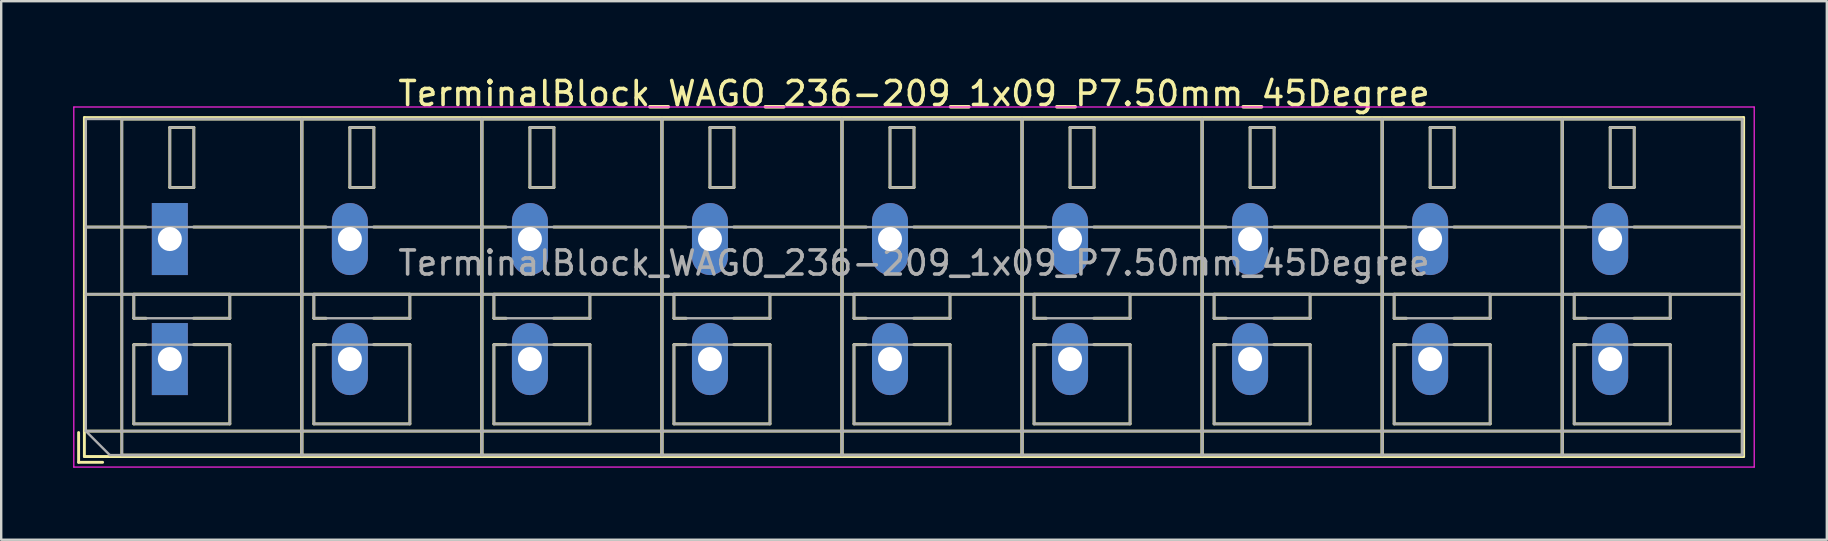
<source format=kicad_pcb>
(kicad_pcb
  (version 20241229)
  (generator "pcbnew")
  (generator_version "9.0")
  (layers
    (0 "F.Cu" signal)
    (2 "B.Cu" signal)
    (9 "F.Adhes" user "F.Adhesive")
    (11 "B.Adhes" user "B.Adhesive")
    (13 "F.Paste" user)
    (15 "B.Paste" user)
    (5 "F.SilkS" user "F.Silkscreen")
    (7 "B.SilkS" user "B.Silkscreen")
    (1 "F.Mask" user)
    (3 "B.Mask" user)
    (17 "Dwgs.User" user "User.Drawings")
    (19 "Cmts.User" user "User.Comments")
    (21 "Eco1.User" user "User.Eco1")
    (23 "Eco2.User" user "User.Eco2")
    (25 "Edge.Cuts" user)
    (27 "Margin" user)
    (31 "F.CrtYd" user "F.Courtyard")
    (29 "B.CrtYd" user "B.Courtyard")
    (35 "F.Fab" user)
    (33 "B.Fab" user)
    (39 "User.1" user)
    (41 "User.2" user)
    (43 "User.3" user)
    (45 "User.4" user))
  (footprint "TerminalBlock_WAGO_236-209_1x09_P7.50mm_45Degree"
    (layer "F.Cu")
    (at 4.025 11.908)
    (property "Reference" "TerminalBlock_WAGO_236-209_1x09_P7.50mm_45Degree" (at 31 -11.06 0) (layer "F.SilkS") (effects (font (size 1 1) (thickness 0.15))))
    (attr through_hole)
    (fp_line (start -3.8 3.06) (end -3.8 4.3) (stroke (width 0.12) (type solid)) (layer "F.SilkS"))
    (fp_line (start -3.8 4.3) (end -2.8 4.3) (stroke (width 0.12) (type solid)) (layer "F.SilkS"))
    (fp_line (start -3.56 -10.06) (end -3.56 4.06) (stroke (width 0.12) (type solid)) (layer "F.SilkS"))
    (fp_line (start -3.56 -10.06) (end 65.56 -10.06) (stroke (width 0.12) (type solid)) (layer "F.SilkS"))
    (fp_line (start -3.56 -5.5) (end -0.99 -5.5) (stroke (width 0.12) (type solid)) (layer "F.SilkS"))
    (fp_line (start -3.56 -2.7) (end 65.56 -2.7) (stroke (width 0.12) (type solid)) (layer "F.SilkS"))
    (fp_line (start -3.56 3) (end 65.56 3) (stroke (width 0.12) (type solid)) (layer "F.SilkS"))
    (fp_line (start -3.56 4.06) (end 65.56 4.06) (stroke (width 0.12) (type solid)) (layer "F.SilkS"))
    (fp_line (start -2 -10) (end -2 4) (stroke (width 0.12) (type solid)) (layer "F.SilkS"))
    (fp_line (start -2 -10) (end 5.5 -10) (stroke (width 0.12) (type solid)) (layer "F.SilkS"))
    (fp_line (start -2 4) (end 5.5 4) (stroke (width 0.12) (type solid)) (layer "F.SilkS"))
    (fp_line (start -1.5 -2.7) (end -1.5 -1.701) (stroke (width 0.12) (type solid)) (layer "F.SilkS"))
    (fp_line (start -1.5 -2.7) (end 2.5 -2.7) (stroke (width 0.12) (type solid)) (layer "F.SilkS"))
    (fp_line (start -1.5 -1.701) (end -0.99 -1.701) (stroke (width 0.12) (type solid)) (layer "F.SilkS"))
    (fp_line (start -1.5 -0.6) (end -1.5 2.7) (stroke (width 0.12) (type solid)) (layer "F.SilkS"))
    (fp_line (start -1.5 -0.6) (end -0.99 -0.6) (stroke (width 0.12) (type solid)) (layer "F.SilkS"))
    (fp_line (start -1.5 2.7) (end 2.5 2.7) (stroke (width 0.12) (type solid)) (layer "F.SilkS"))
    (fp_line (start 0 -9.65) (end 0 -7.15) (stroke (width 0.12) (type solid)) (layer "F.SilkS"))
    (fp_line (start 0 -9.65) (end 1 -9.65) (stroke (width 0.12) (type solid)) (layer "F.SilkS"))
    (fp_line (start 0 -7.15) (end 1 -7.15) (stroke (width 0.12) (type solid)) (layer "F.SilkS"))
    (fp_line (start 0.99 -5.5) (end 6.51 -5.5) (stroke (width 0.12) (type solid)) (layer "F.SilkS"))
    (fp_line (start 0.99 -1.701) (end 2.5 -1.701) (stroke (width 0.12) (type solid)) (layer "F.SilkS"))
    (fp_line (start 0.99 -0.6) (end 2.5 -0.6) (stroke (width 0.12) (type solid)) (layer "F.SilkS"))
    (fp_line (start 1 -9.65) (end 1 -7.15) (stroke (width 0.12) (type solid)) (layer "F.SilkS"))
    (fp_line (start 2.5 -2.7) (end 2.5 -1.701) (stroke (width 0.12) (type solid)) (layer "F.SilkS"))
    (fp_line (start 2.5 -0.6) (end 2.5 2.7) (stroke (width 0.12) (type solid)) (layer "F.SilkS"))
    (fp_line (start 5.5 -10) (end 5.5 4) (stroke (width 0.12) (type solid)) (layer "F.SilkS"))
    (fp_line (start 5.5 -10) (end 5.5 4) (stroke (width 0.12) (type solid)) (layer "F.SilkS"))
    (fp_line (start 5.5 -10) (end 13 -10) (stroke (width 0.12) (type solid)) (layer "F.SilkS"))
    (fp_line (start 5.5 4) (end 13 4) (stroke (width 0.12) (type solid)) (layer "F.SilkS"))
    (fp_line (start 6 -2.7) (end 6 -1.701) (stroke (width 0.12) (type solid)) (layer "F.SilkS"))
    (fp_line (start 6 -2.7) (end 10 -2.7) (stroke (width 0.12) (type solid)) (layer "F.SilkS"))
    (fp_line (start 6 -1.701) (end 6.51 -1.701) (stroke (width 0.12) (type solid)) (layer "F.SilkS"))
    (fp_line (start 6 -0.6) (end 6 2.7) (stroke (width 0.12) (type solid)) (layer "F.SilkS"))
    (fp_line (start 6 -0.6) (end 6.51 -0.6) (stroke (width 0.12) (type solid)) (layer "F.SilkS"))
    (fp_line (start 6 2.7) (end 10 2.7) (stroke (width 0.12) (type solid)) (layer "F.SilkS"))
    (fp_line (start 7.5 -9.65) (end 7.5 -7.15) (stroke (width 0.12) (type solid)) (layer "F.SilkS"))
    (fp_line (start 7.5 -9.65) (end 8.5 -9.65) (stroke (width 0.12) (type solid)) (layer "F.SilkS"))
    (fp_line (start 7.5 -7.15) (end 8.5 -7.15) (stroke (width 0.12) (type solid)) (layer "F.SilkS"))
    (fp_line (start 8.49 -5.5) (end 14.01 -5.5) (stroke (width 0.12) (type solid)) (layer "F.SilkS"))
    (fp_line (start 8.49 -1.701) (end 10 -1.701) (stroke (width 0.12) (type solid)) (layer "F.SilkS"))
    (fp_line (start 8.49 -0.6) (end 10 -0.6) (stroke (width 0.12) (type solid)) (layer "F.SilkS"))
    (fp_line (start 8.5 -9.65) (end 8.5 -7.15) (stroke (width 0.12) (type solid)) (layer "F.SilkS"))
    (fp_line (start 10 -2.7) (end 10 -1.701) (stroke (width 0.12) (type solid)) (layer "F.SilkS"))
    (fp_line (start 10 -0.6) (end 10 2.7) (stroke (width 0.12) (type solid)) (layer "F.SilkS"))
    (fp_line (start 13 -10) (end 13 4) (stroke (width 0.12) (type solid)) (layer "F.SilkS"))
    (fp_line (start 13 -10) (end 13 4) (stroke (width 0.12) (type solid)) (layer "F.SilkS"))
    (fp_line (start 13 -10) (end 20.5 -10) (stroke (width 0.12) (type solid)) (layer "F.SilkS"))
    (fp_line (start 13 4) (end 20.5 4) (stroke (width 0.12) (type solid)) (layer "F.SilkS"))
    (fp_line (start 13.5 -2.7) (end 13.5 -1.701) (stroke (width 0.12) (type solid)) (layer "F.SilkS"))
    (fp_line (start 13.5 -2.7) (end 17.5 -2.7) (stroke (width 0.12) (type solid)) (layer "F.SilkS"))
    (fp_line (start 13.5 -1.701) (end 14.01 -1.701) (stroke (width 0.12) (type solid)) (layer "F.SilkS"))
    (fp_line (start 13.5 -0.6) (end 13.5 2.7) (stroke (width 0.12) (type solid)) (layer "F.SilkS"))
    (fp_line (start 13.5 -0.6) (end 14.01 -0.6) (stroke (width 0.12) (type solid)) (layer "F.SilkS"))
    (fp_line (start 13.5 2.7) (end 17.5 2.7) (stroke (width 0.12) (type solid)) (layer "F.SilkS"))
    (fp_line (start 15 -9.65) (end 15 -7.15) (stroke (width 0.12) (type solid)) (layer "F.SilkS"))
    (fp_line (start 15 -9.65) (end 16 -9.65) (stroke (width 0.12) (type solid)) (layer "F.SilkS"))
    (fp_line (start 15 -7.15) (end 16 -7.15) (stroke (width 0.12) (type solid)) (layer "F.SilkS"))
    (fp_line (start 15.99 -5.5) (end 21.51 -5.5) (stroke (width 0.12) (type solid)) (layer "F.SilkS"))
    (fp_line (start 15.99 -1.701) (end 17.5 -1.701) (stroke (width 0.12) (type solid)) (layer "F.SilkS"))
    (fp_line (start 15.99 -0.6) (end 17.5 -0.6) (stroke (width 0.12) (type solid)) (layer "F.SilkS"))
    (fp_line (start 16 -9.65) (end 16 -7.15) (stroke (width 0.12) (type solid)) (layer "F.SilkS"))
    (fp_line (start 17.5 -2.7) (end 17.5 -1.701) (stroke (width 0.12) (type solid)) (layer "F.SilkS"))
    (fp_line (start 17.5 -0.6) (end 17.5 2.7) (stroke (width 0.12) (type solid)) (layer "F.SilkS"))
    (fp_line (start 20.5 -10) (end 20.5 4) (stroke (width 0.12) (type solid)) (layer "F.SilkS"))
    (fp_line (start 20.5 -10) (end 20.5 4) (stroke (width 0.12) (type solid)) (layer "F.SilkS"))
    (fp_line (start 20.5 -10) (end 28 -10) (stroke (width 0.12) (type solid)) (layer "F.SilkS"))
    (fp_line (start 20.5 4) (end 28 4) (stroke (width 0.12) (type solid)) (layer "F.SilkS"))
    (fp_line (start 21 -2.7) (end 21 -1.701) (stroke (width 0.12) (type solid)) (layer "F.SilkS"))
    (fp_line (start 21 -2.7) (end 25 -2.7) (stroke (width 0.12) (type solid)) (layer "F.SilkS"))
    (fp_line (start 21 -1.701) (end 21.51 -1.701) (stroke (width 0.12) (type solid)) (layer "F.SilkS"))
    (fp_line (start 21 -0.6) (end 21 2.7) (stroke (width 0.12) (type solid)) (layer "F.SilkS"))
    (fp_line (start 21 -0.6) (end 21.51 -0.6) (stroke (width 0.12) (type solid)) (layer "F.SilkS"))
    (fp_line (start 21 2.7) (end 25 2.7) (stroke (width 0.12) (type solid)) (layer "F.SilkS"))
    (fp_line (start 22.5 -9.65) (end 22.5 -7.15) (stroke (width 0.12) (type solid)) (layer "F.SilkS"))
    (fp_line (start 22.5 -9.65) (end 23.5 -9.65) (stroke (width 0.12) (type solid)) (layer "F.SilkS"))
    (fp_line (start 22.5 -7.15) (end 23.5 -7.15) (stroke (width 0.12) (type solid)) (layer "F.SilkS"))
    (fp_line (start 23.49 -5.5) (end 29.01 -5.5) (stroke (width 0.12) (type solid)) (layer "F.SilkS"))
    (fp_line (start 23.49 -1.701) (end 25 -1.701) (stroke (width 0.12) (type solid)) (layer "F.SilkS"))
    (fp_line (start 23.49 -0.6) (end 25 -0.6) (stroke (width 0.12) (type solid)) (layer "F.SilkS"))
    (fp_line (start 23.5 -9.65) (end 23.5 -7.15) (stroke (width 0.12) (type solid)) (layer "F.SilkS"))
    (fp_line (start 25 -2.7) (end 25 -1.701) (stroke (width 0.12) (type solid)) (layer "F.SilkS"))
    (fp_line (start 25 -0.6) (end 25 2.7) (stroke (width 0.12) (type solid)) (layer "F.SilkS"))
    (fp_line (start 28 -10) (end 28 4) (stroke (width 0.12) (type solid)) (layer "F.SilkS"))
    (fp_line (start 28 -10) (end 28 4) (stroke (width 0.12) (type solid)) (layer "F.SilkS"))
    (fp_line (start 28 -10) (end 35.5 -10) (stroke (width 0.12) (type solid)) (layer "F.SilkS"))
    (fp_line (start 28 4) (end 35.5 4) (stroke (width 0.12) (type solid)) (layer "F.SilkS"))
    (fp_line (start 28.5 -2.7) (end 28.5 -1.701) (stroke (width 0.12) (type solid)) (layer "F.SilkS"))
    (fp_line (start 28.5 -2.7) (end 32.5 -2.7) (stroke (width 0.12) (type solid)) (layer "F.SilkS"))
    (fp_line (start 28.5 -1.701) (end 29.01 -1.701) (stroke (width 0.12) (type solid)) (layer "F.SilkS"))
    (fp_line (start 28.5 -0.6) (end 28.5 2.7) (stroke (width 0.12) (type solid)) (layer "F.SilkS"))
    (fp_line (start 28.5 -0.6) (end 29.01 -0.6) (stroke (width 0.12) (type solid)) (layer "F.SilkS"))
    (fp_line (start 28.5 2.7) (end 32.5 2.7) (stroke (width 0.12) (type solid)) (layer "F.SilkS"))
    (fp_line (start 30 -9.65) (end 30 -7.15) (stroke (width 0.12) (type solid)) (layer "F.SilkS"))
    (fp_line (start 30 -9.65) (end 31 -9.65) (stroke (width 0.12) (type solid)) (layer "F.SilkS"))
    (fp_line (start 30 -7.15) (end 31 -7.15) (stroke (width 0.12) (type solid)) (layer "F.SilkS"))
    (fp_line (start 30.99 -5.5) (end 36.51 -5.5) (stroke (width 0.12) (type solid)) (layer "F.SilkS"))
    (fp_line (start 30.99 -1.701) (end 32.5 -1.701) (stroke (width 0.12) (type solid)) (layer "F.SilkS"))
    (fp_line (start 30.99 -0.6) (end 32.5 -0.6) (stroke (width 0.12) (type solid)) (layer "F.SilkS"))
    (fp_line (start 31 -9.65) (end 31 -7.15) (stroke (width 0.12) (type solid)) (layer "F.SilkS"))
    (fp_line (start 32.5 -2.7) (end 32.5 -1.701) (stroke (width 0.12) (type solid)) (layer "F.SilkS"))
    (fp_line (start 32.5 -0.6) (end 32.5 2.7) (stroke (width 0.12) (type solid)) (layer "F.SilkS"))
    (fp_line (start 35.5 -10) (end 35.5 4) (stroke (width 0.12) (type solid)) (layer "F.SilkS"))
    (fp_line (start 35.5 -10) (end 35.5 4) (stroke (width 0.12) (type solid)) (layer "F.SilkS"))
    (fp_line (start 35.5 -10) (end 43 -10) (stroke (width 0.12) (type solid)) (layer "F.SilkS"))
    (fp_line (start 35.5 4) (end 43 4) (stroke (width 0.12) (type solid)) (layer "F.SilkS"))
    (fp_line (start 36 -2.7) (end 36 -1.701) (stroke (width 0.12) (type solid)) (layer "F.SilkS"))
    (fp_line (start 36 -2.7) (end 40 -2.7) (stroke (width 0.12) (type solid)) (layer "F.SilkS"))
    (fp_line (start 36 -1.701) (end 36.51 -1.701) (stroke (width 0.12) (type solid)) (layer "F.SilkS"))
    (fp_line (start 36 -0.6) (end 36 2.7) (stroke (width 0.12) (type solid)) (layer "F.SilkS"))
    (fp_line (start 36 -0.6) (end 36.51 -0.6) (stroke (width 0.12) (type solid)) (layer "F.SilkS"))
    (fp_line (start 36 2.7) (end 40 2.7) (stroke (width 0.12) (type solid)) (layer "F.SilkS"))
    (fp_line (start 37.5 -9.65) (end 37.5 -7.15) (stroke (width 0.12) (type solid)) (layer "F.SilkS"))
    (fp_line (start 37.5 -9.65) (end 38.5 -9.65) (stroke (width 0.12) (type solid)) (layer "F.SilkS"))
    (fp_line (start 37.5 -7.15) (end 38.5 -7.15) (stroke (width 0.12) (type solid)) (layer "F.SilkS"))
    (fp_line (start 38.49 -5.5) (end 44.01 -5.5) (stroke (width 0.12) (type solid)) (layer "F.SilkS"))
    (fp_line (start 38.49 -1.701) (end 40 -1.701) (stroke (width 0.12) (type solid)) (layer "F.SilkS"))
    (fp_line (start 38.49 -0.6) (end 40 -0.6) (stroke (width 0.12) (type solid)) (layer "F.SilkS"))
    (fp_line (start 38.5 -9.65) (end 38.5 -7.15) (stroke (width 0.12) (type solid)) (layer "F.SilkS"))
    (fp_line (start 40 -2.7) (end 40 -1.701) (stroke (width 0.12) (type solid)) (layer "F.SilkS"))
    (fp_line (start 40 -0.6) (end 40 2.7) (stroke (width 0.12) (type solid)) (layer "F.SilkS"))
    (fp_line (start 43 -10) (end 43 4) (stroke (width 0.12) (type solid)) (layer "F.SilkS"))
    (fp_line (start 43 -10) (end 43 4) (stroke (width 0.12) (type solid)) (layer "F.SilkS"))
    (fp_line (start 43 -10) (end 50.5 -10) (stroke (width 0.12) (type solid)) (layer "F.SilkS"))
    (fp_line (start 43 4) (end 50.5 4) (stroke (width 0.12) (type solid)) (layer "F.SilkS"))
    (fp_line (start 43.5 -2.7) (end 43.5 -1.701) (stroke (width 0.12) (type solid)) (layer "F.SilkS"))
    (fp_line (start 43.5 -2.7) (end 47.5 -2.7) (stroke (width 0.12) (type solid)) (layer "F.SilkS"))
    (fp_line (start 43.5 -1.701) (end 44.01 -1.701) (stroke (width 0.12) (type solid)) (layer "F.SilkS"))
    (fp_line (start 43.5 -0.6) (end 43.5 2.7) (stroke (width 0.12) (type solid)) (layer "F.SilkS"))
    (fp_line (start 43.5 -0.6) (end 44.01 -0.6) (stroke (width 0.12) (type solid)) (layer "F.SilkS"))
    (fp_line (start 43.5 2.7) (end 47.5 2.7) (stroke (width 0.12) (type solid)) (layer "F.SilkS"))
    (fp_line (start 45 -9.65) (end 45 -7.15) (stroke (width 0.12) (type solid)) (layer "F.SilkS"))
    (fp_line (start 45 -9.65) (end 46 -9.65) (stroke (width 0.12) (type solid)) (layer "F.SilkS"))
    (fp_line (start 45 -7.15) (end 46 -7.15) (stroke (width 0.12) (type solid)) (layer "F.SilkS"))
    (fp_line (start 45.99 -5.5) (end 51.51 -5.5) (stroke (width 0.12) (type solid)) (layer "F.SilkS"))
    (fp_line (start 45.99 -1.701) (end 47.5 -1.701) (stroke (width 0.12) (type solid)) (layer "F.SilkS"))
    (fp_line (start 45.99 -0.6) (end 47.5 -0.6) (stroke (width 0.12) (type solid)) (layer "F.SilkS"))
    (fp_line (start 46 -9.65) (end 46 -7.15) (stroke (width 0.12) (type solid)) (layer "F.SilkS"))
    (fp_line (start 47.5 -2.7) (end 47.5 -1.701) (stroke (width 0.12) (type solid)) (layer "F.SilkS"))
    (fp_line (start 47.5 -0.6) (end 47.5 2.7) (stroke (width 0.12) (type solid)) (layer "F.SilkS"))
    (fp_line (start 50.5 -10) (end 50.5 4) (stroke (width 0.12) (type solid)) (layer "F.SilkS"))
    (fp_line (start 50.5 -10) (end 50.5 4) (stroke (width 0.12) (type solid)) (layer "F.SilkS"))
    (fp_line (start 50.5 -10) (end 58 -10) (stroke (width 0.12) (type solid)) (layer "F.SilkS"))
    (fp_line (start 50.5 4) (end 58 4) (stroke (width 0.12) (type solid)) (layer "F.SilkS"))
    (fp_line (start 51 -2.7) (end 51 -1.701) (stroke (width 0.12) (type solid)) (layer "F.SilkS"))
    (fp_line (start 51 -2.7) (end 55 -2.7) (stroke (width 0.12) (type solid)) (layer "F.SilkS"))
    (fp_line (start 51 -1.701) (end 51.51 -1.701) (stroke (width 0.12) (type solid)) (layer "F.SilkS"))
    (fp_line (start 51 -0.6) (end 51 2.7) (stroke (width 0.12) (type solid)) (layer "F.SilkS"))
    (fp_line (start 51 -0.6) (end 51.51 -0.6) (stroke (width 0.12) (type solid)) (layer "F.SilkS"))
    (fp_line (start 51 2.7) (end 55 2.7) (stroke (width 0.12) (type solid)) (layer "F.SilkS"))
    (fp_line (start 52.5 -9.65) (end 52.5 -7.15) (stroke (width 0.12) (type solid)) (layer "F.SilkS"))
    (fp_line (start 52.5 -9.65) (end 53.5 -9.65) (stroke (width 0.12) (type solid)) (layer "F.SilkS"))
    (fp_line (start 52.5 -7.15) (end 53.5 -7.15) (stroke (width 0.12) (type solid)) (layer "F.SilkS"))
    (fp_line (start 53.49 -5.5) (end 59.01 -5.5) (stroke (width 0.12) (type solid)) (layer "F.SilkS"))
    (fp_line (start 53.49 -1.701) (end 55 -1.701) (stroke (width 0.12) (type solid)) (layer "F.SilkS"))
    (fp_line (start 53.49 -0.6) (end 55 -0.6) (stroke (width 0.12) (type solid)) (layer "F.SilkS"))
    (fp_line (start 53.5 -9.65) (end 53.5 -7.15) (stroke (width 0.12) (type solid)) (layer "F.SilkS"))
    (fp_line (start 55 -2.7) (end 55 -1.701) (stroke (width 0.12) (type solid)) (layer "F.SilkS"))
    (fp_line (start 55 -0.6) (end 55 2.7) (stroke (width 0.12) (type solid)) (layer "F.SilkS"))
    (fp_line (start 58 -10) (end 58 4) (stroke (width 0.12) (type solid)) (layer "F.SilkS"))
    (fp_line (start 58 -10) (end 58 4) (stroke (width 0.12) (type solid)) (layer "F.SilkS"))
    (fp_line (start 58 -10) (end 65.5 -10) (stroke (width 0.12) (type solid)) (layer "F.SilkS"))
    (fp_line (start 58 4) (end 65.5 4) (stroke (width 0.12) (type solid)) (layer "F.SilkS"))
    (fp_line (start 58.5 -2.7) (end 58.5 -1.701) (stroke (width 0.12) (type solid)) (layer "F.SilkS"))
    (fp_line (start 58.5 -2.7) (end 62.5 -2.7) (stroke (width 0.12) (type solid)) (layer "F.SilkS"))
    (fp_line (start 58.5 -1.701) (end 59.01 -1.701) (stroke (width 0.12) (type solid)) (layer "F.SilkS"))
    (fp_line (start 58.5 -0.6) (end 58.5 2.7) (stroke (width 0.12) (type solid)) (layer "F.SilkS"))
    (fp_line (start 58.5 -0.6) (end 59.01 -0.6) (stroke (width 0.12) (type solid)) (layer "F.SilkS"))
    (fp_line (start 58.5 2.7) (end 62.5 2.7) (stroke (width 0.12) (type solid)) (layer "F.SilkS"))
    (fp_line (start 60 -9.65) (end 60 -7.15) (stroke (width 0.12) (type solid)) (layer "F.SilkS"))
    (fp_line (start 60 -9.65) (end 61 -9.65) (stroke (width 0.12) (type solid)) (layer "F.SilkS"))
    (fp_line (start 60 -7.15) (end 61 -7.15) (stroke (width 0.12) (type solid)) (layer "F.SilkS"))
    (fp_line (start 60.99 -5.5) (end 65.56 -5.5) (stroke (width 0.12) (type solid)) (layer "F.SilkS"))
    (fp_line (start 60.99 -1.701) (end 62.5 -1.701) (stroke (width 0.12) (type solid)) (layer "F.SilkS"))
    (fp_line (start 60.99 -0.6) (end 62.5 -0.6) (stroke (width 0.12) (type solid)) (layer "F.SilkS"))
    (fp_line (start 61 -9.65) (end 61 -7.15) (stroke (width 0.12) (type solid)) (layer "F.SilkS"))
    (fp_line (start 62.5 -2.7) (end 62.5 -1.701) (stroke (width 0.12) (type solid)) (layer "F.SilkS"))
    (fp_line (start 62.5 -0.6) (end 62.5 2.7) (stroke (width 0.12) (type solid)) (layer "F.SilkS"))
    (fp_line (start 65.5 -10) (end 65.5 4) (stroke (width 0.12) (type solid)) (layer "F.SilkS"))
    (fp_line (start 65.56 -10.06) (end 65.56 4.06) (stroke (width 0.12) (type solid)) (layer "F.SilkS"))
    (fp_line (start -4 -10.5) (end -4 4.5) (stroke (width 0.05) (type solid)) (layer "F.CrtYd"))
    (fp_line (start -4 4.5) (end 66 4.5) (stroke (width 0.05) (type solid)) (layer "F.CrtYd"))
    (fp_line (start 66 -10.5) (end -4 -10.5) (stroke (width 0.05) (type solid)) (layer "F.CrtYd"))
    (fp_line (start 66 4.5) (end 66 -10.5) (stroke (width 0.05) (type solid)) (layer "F.CrtYd"))
    (fp_line (start -3.5 -10) (end 65.5 -10) (stroke (width 0.1) (type solid)) (layer "F.Fab"))
    (fp_line (start -3.5 -5.5) (end 65.5 -5.5) (stroke (width 0.1) (type solid)) (layer "F.Fab"))
    (fp_line (start -3.5 -2.7) (end 65.5 -2.7) (stroke (width 0.1) (type solid)) (layer "F.Fab"))
    (fp_line (start -3.5 3) (end -3.5 -10) (stroke (width 0.1) (type solid)) (layer "F.Fab"))
    (fp_line (start -3.5 3) (end 65.5 3) (stroke (width 0.1) (type solid)) (layer "F.Fab"))
    (fp_line (start -2.5 4) (end -3.5 3) (stroke (width 0.1) (type solid)) (layer "F.Fab"))
    (fp_line (start -2 -10) (end -2 4) (stroke (width 0.1) (type solid)) (layer "F.Fab"))
    (fp_line (start -2 4) (end 5.5 4) (stroke (width 0.1) (type solid)) (layer "F.Fab"))
    (fp_line (start -1.5 -2.7) (end -1.5 -1.7) (stroke (width 0.1) (type solid)) (layer "F.Fab"))
    (fp_line (start -1.5 -1.7) (end 2.5 -1.7) (stroke (width 0.1) (type solid)) (layer "F.Fab"))
    (fp_line (start -1.5 -0.6) (end -1.5 2.7) (stroke (width 0.1) (type solid)) (layer "F.Fab"))
    (fp_line (start -1.5 2.7) (end 2.5 2.7) (stroke (width 0.1) (type solid)) (layer "F.Fab"))
    (fp_line (start 0 -9.65) (end 0 -7.15) (stroke (width 0.1) (type solid)) (layer "F.Fab"))
    (fp_line (start 0 -7.15) (end 1 -7.15) (stroke (width 0.1) (type solid)) (layer "F.Fab"))
    (fp_line (start 1 -9.65) (end 0 -9.65) (stroke (width 0.1) (type solid)) (layer "F.Fab"))
    (fp_line (start 1 -7.15) (end 1 -9.65) (stroke (width 0.1) (type solid)) (layer "F.Fab"))
    (fp_line (start 2.5 -2.7) (end -1.5 -2.7) (stroke (width 0.1) (type solid)) (layer "F.Fab"))
    (fp_line (start 2.5 -1.7) (end 2.5 -2.7) (stroke (width 0.1) (type solid)) (layer "F.Fab"))
    (fp_line (start 2.5 -0.6) (end -1.5 -0.6) (stroke (width 0.1) (type solid)) (layer "F.Fab"))
    (fp_line (start 2.5 2.7) (end 2.5 -0.6) (stroke (width 0.1) (type solid)) (layer "F.Fab"))
    (fp_line (start 5.5 -10) (end -2 -10) (stroke (width 0.1) (type solid)) (layer "F.Fab"))
    (fp_line (start 5.5 -10) (end 5.5 4) (stroke (width 0.1) (type solid)) (layer "F.Fab"))
    (fp_line (start 5.5 4) (end 5.5 -10) (stroke (width 0.1) (type solid)) (layer "F.Fab"))
    (fp_line (start 5.5 4) (end 13 4) (stroke (width 0.1) (type solid)) (layer "F.Fab"))
    (fp_line (start 6 -2.7) (end 6 -1.7) (stroke (width 0.1) (type solid)) (layer "F.Fab"))
    (fp_line (start 6 -1.7) (end 10 -1.7) (stroke (width 0.1) (type solid)) (layer "F.Fab"))
    (fp_line (start 6 -0.6) (end 6 2.7) (stroke (width 0.1) (type solid)) (layer "F.Fab"))
    (fp_line (start 6 2.7) (end 10 2.7) (stroke (width 0.1) (type solid)) (layer "F.Fab"))
    (fp_line (start 7.5 -9.65) (end 7.5 -7.15) (stroke (width 0.1) (type solid)) (layer "F.Fab"))
    (fp_line (start 7.5 -7.15) (end 8.5 -7.15) (stroke (width 0.1) (type solid)) (layer "F.Fab"))
    (fp_line (start 8.5 -9.65) (end 7.5 -9.65) (stroke (width 0.1) (type solid)) (layer "F.Fab"))
    (fp_line (start 8.5 -7.15) (end 8.5 -9.65) (stroke (width 0.1) (type solid)) (layer "F.Fab"))
    (fp_line (start 10 -2.7) (end 6 -2.7) (stroke (width 0.1) (type solid)) (layer "F.Fab"))
    (fp_line (start 10 -1.7) (end 10 -2.7) (stroke (width 0.1) (type solid)) (layer "F.Fab"))
    (fp_line (start 10 -0.6) (end 6 -0.6) (stroke (width 0.1) (type solid)) (layer "F.Fab"))
    (fp_line (start 10 2.7) (end 10 -0.6) (stroke (width 0.1) (type solid)) (layer "F.Fab"))
    (fp_line (start 13 -10) (end 5.5 -10) (stroke (width 0.1) (type solid)) (layer "F.Fab"))
    (fp_line (start 13 -10) (end 13 4) (stroke (width 0.1) (type solid)) (layer "F.Fab"))
    (fp_line (start 13 4) (end 13 -10) (stroke (width 0.1) (type solid)) (layer "F.Fab"))
    (fp_line (start 13 4) (end 20.5 4) (stroke (width 0.1) (type solid)) (layer "F.Fab"))
    (fp_line (start 13.5 -2.7) (end 13.5 -1.7) (stroke (width 0.1) (type solid)) (layer "F.Fab"))
    (fp_line (start 13.5 -1.7) (end 17.5 -1.7) (stroke (width 0.1) (type solid)) (layer "F.Fab"))
    (fp_line (start 13.5 -0.6) (end 13.5 2.7) (stroke (width 0.1) (type solid)) (layer "F.Fab"))
    (fp_line (start 13.5 2.7) (end 17.5 2.7) (stroke (width 0.1) (type solid)) (layer "F.Fab"))
    (fp_line (start 15 -9.65) (end 15 -7.15) (stroke (width 0.1) (type solid)) (layer "F.Fab"))
    (fp_line (start 15 -7.15) (end 16 -7.15) (stroke (width 0.1) (type solid)) (layer "F.Fab"))
    (fp_line (start 16 -9.65) (end 15 -9.65) (stroke (width 0.1) (type solid)) (layer "F.Fab"))
    (fp_line (start 16 -7.15) (end 16 -9.65) (stroke (width 0.1) (type solid)) (layer "F.Fab"))
    (fp_line (start 17.5 -2.7) (end 13.5 -2.7) (stroke (width 0.1) (type solid)) (layer "F.Fab"))
    (fp_line (start 17.5 -1.7) (end 17.5 -2.7) (stroke (width 0.1) (type solid)) (layer "F.Fab"))
    (fp_line (start 17.5 -0.6) (end 13.5 -0.6) (stroke (width 0.1) (type solid)) (layer "F.Fab"))
    (fp_line (start 17.5 2.7) (end 17.5 -0.6) (stroke (width 0.1) (type solid)) (layer "F.Fab"))
    (fp_line (start 20.5 -10) (end 13 -10) (stroke (width 0.1) (type solid)) (layer "F.Fab"))
    (fp_line (start 20.5 -10) (end 20.5 4) (stroke (width 0.1) (type solid)) (layer "F.Fab"))
    (fp_line (start 20.5 4) (end 20.5 -10) (stroke (width 0.1) (type solid)) (layer "F.Fab"))
    (fp_line (start 20.5 4) (end 28 4) (stroke (width 0.1) (type solid)) (layer "F.Fab"))
    (fp_line (start 21 -2.7) (end 21 -1.7) (stroke (width 0.1) (type solid)) (layer "F.Fab"))
    (fp_line (start 21 -1.7) (end 25 -1.7) (stroke (width 0.1) (type solid)) (layer "F.Fab"))
    (fp_line (start 21 -0.6) (end 21 2.7) (stroke (width 0.1) (type solid)) (layer "F.Fab"))
    (fp_line (start 21 2.7) (end 25 2.7) (stroke (width 0.1) (type solid)) (layer "F.Fab"))
    (fp_line (start 22.5 -9.65) (end 22.5 -7.15) (stroke (width 0.1) (type solid)) (layer "F.Fab"))
    (fp_line (start 22.5 -7.15) (end 23.5 -7.15) (stroke (width 0.1) (type solid)) (layer "F.Fab"))
    (fp_line (start 23.5 -9.65) (end 22.5 -9.65) (stroke (width 0.1) (type solid)) (layer "F.Fab"))
    (fp_line (start 23.5 -7.15) (end 23.5 -9.65) (stroke (width 0.1) (type solid)) (layer "F.Fab"))
    (fp_line (start 25 -2.7) (end 21 -2.7) (stroke (width 0.1) (type solid)) (layer "F.Fab"))
    (fp_line (start 25 -1.7) (end 25 -2.7) (stroke (width 0.1) (type solid)) (layer "F.Fab"))
    (fp_line (start 25 -0.6) (end 21 -0.6) (stroke (width 0.1) (type solid)) (layer "F.Fab"))
    (fp_line (start 25 2.7) (end 25 -0.6) (stroke (width 0.1) (type solid)) (layer "F.Fab"))
    (fp_line (start 28 -10) (end 20.5 -10) (stroke (width 0.1) (type solid)) (layer "F.Fab"))
    (fp_line (start 28 -10) (end 28 4) (stroke (width 0.1) (type solid)) (layer "F.Fab"))
    (fp_line (start 28 4) (end 28 -10) (stroke (width 0.1) (type solid)) (layer "F.Fab"))
    (fp_line (start 28 4) (end 35.5 4) (stroke (width 0.1) (type solid)) (layer "F.Fab"))
    (fp_line (start 28.5 -2.7) (end 28.5 -1.7) (stroke (width 0.1) (type solid)) (layer "F.Fab"))
    (fp_line (start 28.5 -1.7) (end 32.5 -1.7) (stroke (width 0.1) (type solid)) (layer "F.Fab"))
    (fp_line (start 28.5 -0.6) (end 28.5 2.7) (stroke (width 0.1) (type solid)) (layer "F.Fab"))
    (fp_line (start 28.5 2.7) (end 32.5 2.7) (stroke (width 0.1) (type solid)) (layer "F.Fab"))
    (fp_line (start 30 -9.65) (end 30 -7.15) (stroke (width 0.1) (type solid)) (layer "F.Fab"))
    (fp_line (start 30 -7.15) (end 31 -7.15) (stroke (width 0.1) (type solid)) (layer "F.Fab"))
    (fp_line (start 31 -9.65) (end 30 -9.65) (stroke (width 0.1) (type solid)) (layer "F.Fab"))
    (fp_line (start 31 -7.15) (end 31 -9.65) (stroke (width 0.1) (type solid)) (layer "F.Fab"))
    (fp_line (start 32.5 -2.7) (end 28.5 -2.7) (stroke (width 0.1) (type solid)) (layer "F.Fab"))
    (fp_line (start 32.5 -1.7) (end 32.5 -2.7) (stroke (width 0.1) (type solid)) (layer "F.Fab"))
    (fp_line (start 32.5 -0.6) (end 28.5 -0.6) (stroke (width 0.1) (type solid)) (layer "F.Fab"))
    (fp_line (start 32.5 2.7) (end 32.5 -0.6) (stroke (width 0.1) (type solid)) (layer "F.Fab"))
    (fp_line (start 35.5 -10) (end 28 -10) (stroke (width 0.1) (type solid)) (layer "F.Fab"))
    (fp_line (start 35.5 -10) (end 35.5 4) (stroke (width 0.1) (type solid)) (layer "F.Fab"))
    (fp_line (start 35.5 4) (end 35.5 -10) (stroke (width 0.1) (type solid)) (layer "F.Fab"))
    (fp_line (start 35.5 4) (end 43 4) (stroke (width 0.1) (type solid)) (layer "F.Fab"))
    (fp_line (start 36 -2.7) (end 36 -1.7) (stroke (width 0.1) (type solid)) (layer "F.Fab"))
    (fp_line (start 36 -1.7) (end 40 -1.7) (stroke (width 0.1) (type solid)) (layer "F.Fab"))
    (fp_line (start 36 -0.6) (end 36 2.7) (stroke (width 0.1) (type solid)) (layer "F.Fab"))
    (fp_line (start 36 2.7) (end 40 2.7) (stroke (width 0.1) (type solid)) (layer "F.Fab"))
    (fp_line (start 37.5 -9.65) (end 37.5 -7.15) (stroke (width 0.1) (type solid)) (layer "F.Fab"))
    (fp_line (start 37.5 -7.15) (end 38.5 -7.15) (stroke (width 0.1) (type solid)) (layer "F.Fab"))
    (fp_line (start 38.5 -9.65) (end 37.5 -9.65) (stroke (width 0.1) (type solid)) (layer "F.Fab"))
    (fp_line (start 38.5 -7.15) (end 38.5 -9.65) (stroke (width 0.1) (type solid)) (layer "F.Fab"))
    (fp_line (start 40 -2.7) (end 36 -2.7) (stroke (width 0.1) (type solid)) (layer "F.Fab"))
    (fp_line (start 40 -1.7) (end 40 -2.7) (stroke (width 0.1) (type solid)) (layer "F.Fab"))
    (fp_line (start 40 -0.6) (end 36 -0.6) (stroke (width 0.1) (type solid)) (layer "F.Fab"))
    (fp_line (start 40 2.7) (end 40 -0.6) (stroke (width 0.1) (type solid)) (layer "F.Fab"))
    (fp_line (start 43 -10) (end 35.5 -10) (stroke (width 0.1) (type solid)) (layer "F.Fab"))
    (fp_line (start 43 -10) (end 43 4) (stroke (width 0.1) (type solid)) (layer "F.Fab"))
    (fp_line (start 43 4) (end 43 -10) (stroke (width 0.1) (type solid)) (layer "F.Fab"))
    (fp_line (start 43 4) (end 50.5 4) (stroke (width 0.1) (type solid)) (layer "F.Fab"))
    (fp_line (start 43.5 -2.7) (end 43.5 -1.7) (stroke (width 0.1) (type solid)) (layer "F.Fab"))
    (fp_line (start 43.5 -1.7) (end 47.5 -1.7) (stroke (width 0.1) (type solid)) (layer "F.Fab"))
    (fp_line (start 43.5 -0.6) (end 43.5 2.7) (stroke (width 0.1) (type solid)) (layer "F.Fab"))
    (fp_line (start 43.5 2.7) (end 47.5 2.7) (stroke (width 0.1) (type solid)) (layer "F.Fab"))
    (fp_line (start 45 -9.65) (end 45 -7.15) (stroke (width 0.1) (type solid)) (layer "F.Fab"))
    (fp_line (start 45 -7.15) (end 46 -7.15) (stroke (width 0.1) (type solid)) (layer "F.Fab"))
    (fp_line (start 46 -9.65) (end 45 -9.65) (stroke (width 0.1) (type solid)) (layer "F.Fab"))
    (fp_line (start 46 -7.15) (end 46 -9.65) (stroke (width 0.1) (type solid)) (layer "F.Fab"))
    (fp_line (start 47.5 -2.7) (end 43.5 -2.7) (stroke (width 0.1) (type solid)) (layer "F.Fab"))
    (fp_line (start 47.5 -1.7) (end 47.5 -2.7) (stroke (width 0.1) (type solid)) (layer "F.Fab"))
    (fp_line (start 47.5 -0.6) (end 43.5 -0.6) (stroke (width 0.1) (type solid)) (layer "F.Fab"))
    (fp_line (start 47.5 2.7) (end 47.5 -0.6) (stroke (width 0.1) (type solid)) (layer "F.Fab"))
    (fp_line (start 50.5 -10) (end 43 -10) (stroke (width 0.1) (type solid)) (layer "F.Fab"))
    (fp_line (start 50.5 -10) (end 50.5 4) (stroke (width 0.1) (type solid)) (layer "F.Fab"))
    (fp_line (start 50.5 4) (end 50.5 -10) (stroke (width 0.1) (type solid)) (layer "F.Fab"))
    (fp_line (start 50.5 4) (end 58 4) (stroke (width 0.1) (type solid)) (layer "F.Fab"))
    (fp_line (start 51 -2.7) (end 51 -1.7) (stroke (width 0.1) (type solid)) (layer "F.Fab"))
    (fp_line (start 51 -1.7) (end 55 -1.7) (stroke (width 0.1) (type solid)) (layer "F.Fab"))
    (fp_line (start 51 -0.6) (end 51 2.7) (stroke (width 0.1) (type solid)) (layer "F.Fab"))
    (fp_line (start 51 2.7) (end 55 2.7) (stroke (width 0.1) (type solid)) (layer "F.Fab"))
    (fp_line (start 52.5 -9.65) (end 52.5 -7.15) (stroke (width 0.1) (type solid)) (layer "F.Fab"))
    (fp_line (start 52.5 -7.15) (end 53.5 -7.15) (stroke (width 0.1) (type solid)) (layer "F.Fab"))
    (fp_line (start 53.5 -9.65) (end 52.5 -9.65) (stroke (width 0.1) (type solid)) (layer "F.Fab"))
    (fp_line (start 53.5 -7.15) (end 53.5 -9.65) (stroke (width 0.1) (type solid)) (layer "F.Fab"))
    (fp_line (start 55 -2.7) (end 51 -2.7) (stroke (width 0.1) (type solid)) (layer "F.Fab"))
    (fp_line (start 55 -1.7) (end 55 -2.7) (stroke (width 0.1) (type solid)) (layer "F.Fab"))
    (fp_line (start 55 -0.6) (end 51 -0.6) (stroke (width 0.1) (type solid)) (layer "F.Fab"))
    (fp_line (start 55 2.7) (end 55 -0.6) (stroke (width 0.1) (type solid)) (layer "F.Fab"))
    (fp_line (start 58 -10) (end 50.5 -10) (stroke (width 0.1) (type solid)) (layer "F.Fab"))
    (fp_line (start 58 -10) (end 58 4) (stroke (width 0.1) (type solid)) (layer "F.Fab"))
    (fp_line (start 58 4) (end 58 -10) (stroke (width 0.1) (type solid)) (layer "F.Fab"))
    (fp_line (start 58 4) (end 65.5 4) (stroke (width 0.1) (type solid)) (layer "F.Fab"))
    (fp_line (start 58.5 -2.7) (end 58.5 -1.7) (stroke (width 0.1) (type solid)) (layer "F.Fab"))
    (fp_line (start 58.5 -1.7) (end 62.5 -1.7) (stroke (width 0.1) (type solid)) (layer "F.Fab"))
    (fp_line (start 58.5 -0.6) (end 58.5 2.7) (stroke (width 0.1) (type solid)) (layer "F.Fab"))
    (fp_line (start 58.5 2.7) (end 62.5 2.7) (stroke (width 0.1) (type solid)) (layer "F.Fab"))
    (fp_line (start 60 -9.65) (end 60 -7.15) (stroke (width 0.1) (type solid)) (layer "F.Fab"))
    (fp_line (start 60 -7.15) (end 61 -7.15) (stroke (width 0.1) (type solid)) (layer "F.Fab"))
    (fp_line (start 61 -9.65) (end 60 -9.65) (stroke (width 0.1) (type solid)) (layer "F.Fab"))
    (fp_line (start 61 -7.15) (end 61 -9.65) (stroke (width 0.1) (type solid)) (layer "F.Fab"))
    (fp_line (start 62.5 -2.7) (end 58.5 -2.7) (stroke (width 0.1) (type solid)) (layer "F.Fab"))
    (fp_line (start 62.5 -1.7) (end 62.5 -2.7) (stroke (width 0.1) (type solid)) (layer "F.Fab"))
    (fp_line (start 62.5 -0.6) (end 58.5 -0.6) (stroke (width 0.1) (type solid)) (layer "F.Fab"))
    (fp_line (start 62.5 2.7) (end 62.5 -0.6) (stroke (width 0.1) (type solid)) (layer "F.Fab"))
    (fp_line (start 65.5 -10) (end 58 -10) (stroke (width 0.1) (type solid)) (layer "F.Fab"))
    (fp_line (start 65.5 -10) (end 65.5 4) (stroke (width 0.1) (type solid)) (layer "F.Fab"))
    (fp_line (start 65.5 4) (end -2.5 4) (stroke (width 0.1) (type solid)) (layer "F.Fab"))
    (fp_line (start 65.5 4) (end 65.5 -10) (stroke (width 0.1) (type solid)) (layer "F.Fab"))
    (fp_text user "${REFERENCE}" (at 31 -4 0) (layer "F.Fab") (effects (font (size 1 1) (thickness 0.15))))
    (pad "1" thru_hole rect (at 0 -5) (size 1.5 3) (drill 1) (layers "*.Cu" "*.Mask"))
    (pad "1" thru_hole rect (at 0 0) (size 1.5 3) (drill 1) (layers "*.Cu" "*.Mask"))
    (pad "2" thru_hole oval (at 7.5 -5) (size 1.5 3) (drill 1) (layers "*.Cu" "*.Mask"))
    (pad "2" thru_hole oval (at 7.5 0) (size 1.5 3) (drill 1) (layers "*.Cu" "*.Mask"))
    (pad "3" thru_hole oval (at 15 -5) (size 1.5 3) (drill 1) (layers "*.Cu" "*.Mask"))
    (pad "3" thru_hole oval (at 15 0) (size 1.5 3) (drill 1) (layers "*.Cu" "*.Mask"))
    (pad "4" thru_hole oval (at 22.5 -5) (size 1.5 3) (drill 1) (layers "*.Cu" "*.Mask"))
    (pad "4" thru_hole oval (at 22.5 0) (size 1.5 3) (drill 1) (layers "*.Cu" "*.Mask"))
    (pad "5" thru_hole oval (at 30 -5) (size 1.5 3) (drill 1) (layers "*.Cu" "*.Mask"))
    (pad "5" thru_hole oval (at 30 0) (size 1.5 3) (drill 1) (layers "*.Cu" "*.Mask"))
    (pad "6" thru_hole oval (at 37.5 -5) (size 1.5 3) (drill 1) (layers "*.Cu" "*.Mask"))
    (pad "6" thru_hole oval (at 37.5 0) (size 1.5 3) (drill 1) (layers "*.Cu" "*.Mask"))
    (pad "7" thru_hole oval (at 45 -5) (size 1.5 3) (drill 1) (layers "*.Cu" "*.Mask"))
    (pad "7" thru_hole oval (at 45 0) (size 1.5 3) (drill 1) (layers "*.Cu" "*.Mask"))
    (pad "8" thru_hole oval (at 52.5 -5) (size 1.5 3) (drill 1) (layers "*.Cu" "*.Mask"))
    (pad "8" thru_hole oval (at 52.5 0) (size 1.5 3) (drill 1) (layers "*.Cu" "*.Mask"))
    (pad "9" thru_hole oval (at 60 -5) (size 1.5 3) (drill 1) (layers "*.Cu" "*.Mask"))
    (pad "9" thru_hole oval (at 60 0) (size 1.5 3) (drill 1) (layers "*.Cu" "*.Mask")))
  (gr_rect
    (start -3 -3)
    (end 73.05 19.433)
    (stroke (width 0.1) (type default))
    (fill no)
    (layer "Edge.Cuts")))
</source>
